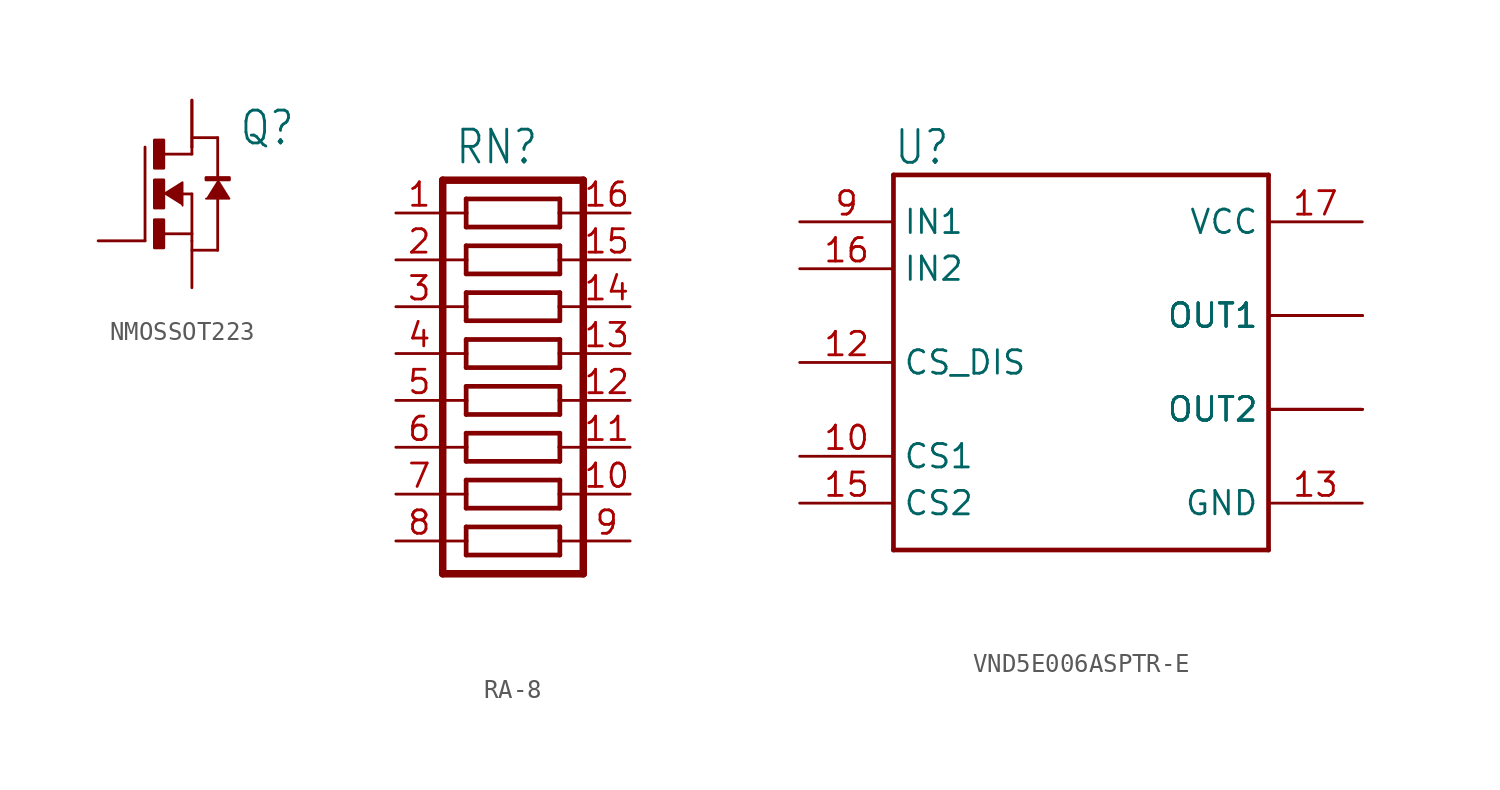
<source format=kicad_sym>
(kicad_symbol_lib
  (version 20220914)
  (generator kicad_symbol_editor)
  (symbol "NMOSSOT223"
    (property "Reference" "Q"
      (at 2.54 2.54 0)
      (effects (font (size 1.778 1.511)) (justify left bottom)))
    (property "Value" ""
      (at 2.54 0 0)
      (effects (font (size 1.778 1.511)) (justify left bottom)))
    (property "ki_locked" ""
      (at 0 0 0)
      (effects (font (size 1.27 1.27))))
    (symbol "NMOSSOT223_1_0"
      (rectangle (start -2.032 -2.921) (end -1.524 -1.397) (stroke (width 0) (type default)) (fill (type outline)))
      (rectangle (start -2.032 -0.762) (end -1.524 0.762) (stroke (width 0) (type default)) (fill (type outline)))
      (rectangle (start -2.032 1.397) (end -1.524 2.921) (stroke (width 0) (type default)) (fill (type outline)))
      (polyline (pts (xy -2.54 -2.54) (xy -2.54 2.54)) (stroke (width 0.152) (type solid)) (fill (type none)))
      (polyline (pts (xy -1.524 -2.159) (xy 0 -2.159)) (stroke (width 0.152) (type solid)) (fill (type none)))
      (polyline (pts (xy -1.524 2.159) (xy 0 2.159)) (stroke (width 0.152) (type solid)) (fill (type none)))
      (polyline (pts (xy -0.508 0) (xy 0 0)) (stroke (width 0.152) (type solid)) (fill (type none)))
      (polyline (pts (xy 0 -2.159) (xy 0 -2.54)) (stroke (width 0.152) (type solid)) (fill (type none)))
      (polyline (pts (xy 0 0) (xy 0 -2.159)) (stroke (width 0.152) (type solid)) (fill (type none)))
      (polyline (pts (xy 0 2.159) (xy 0 2.54)) (stroke (width 0.152) (type solid)) (fill (type none)))
      (polyline (pts (xy 0 3.048) (xy 1.397 3.048)) (stroke (width 0.152) (type solid)) (fill (type none)))
      (polyline (pts (xy 1.397 -3.048) (xy 0 -3.048)) (stroke (width 0.152) (type solid)) (fill (type none)))
      (polyline (pts (xy 1.397 -0.254) (xy 1.397 -3.048)) (stroke (width 0.152) (type solid)) (fill (type none)))
      (polyline (pts (xy 1.397 3.048) (xy 1.397 0.762)) (stroke (width 0.152) (type solid)) (fill (type none)))
      (polyline (pts (xy -1.524 0) (xy -0.508 0.635) (xy -0.508 -0.635)) (stroke (width 0.102) (type solid)) (fill (type outline)))
      (polyline (pts (xy 1.397 0.762) (xy 2.032 -0.254) (xy 0.762 -0.254)) (stroke (width 0.102) (type solid)) (fill (type outline)))
      (rectangle (start 0.762 0.762) (end 2.032 0.889) (stroke (width 0) (type default)) (fill (type outline)))
      (pin passive line (at -5.08 -2.54 0) (length 2.54) (name "G" (effects (font (size 0 0)))) (number "1" (effects (font (size 0 0)))))
      (pin passive line (at 0 5.08 270) (length 2.54) (name "D" (effects (font (size 0 0)))) (number "2" (effects (font (size 0 0)))))
      (pin passive line (at 0 -5.08 90) (length 2.54) (name "S" (effects (font (size 0 0)))) (number "3" (effects (font (size 0 0)))))
      (pin passive line (at 0 5.08 270) (length 2.54) (name "D" (effects (font (size 0 0)))) (number "4" (effects (font (size 0 0)))))))
  (symbol "RA-8"
    (property "Reference" "RN"
      (at -4.445 10.16 0)
      (effects (font (size 1.778 1.511)) (justify left bottom)))
    (property "Value" ""
      (at -5.08 -14.478 0)
      (effects (font (size 1.778 1.511)) (justify left bottom)))
    (property "ki_locked" ""
      (at 0 0 0)
      (effects (font (size 1.27 1.27))))
    (symbol "RA-8_1_0"
      (polyline (pts (xy -5.08 -10.16) (xy -3.81 -10.16)) (stroke (width 0.152) (type solid)) (fill (type none)))
      (polyline (pts (xy -5.08 -7.62) (xy -3.81 -7.62)) (stroke (width 0.152) (type solid)) (fill (type none)))
      (polyline (pts (xy -5.08 -5.08) (xy -3.81 -5.08)) (stroke (width 0.152) (type solid)) (fill (type none)))
      (polyline (pts (xy -5.08 -2.54) (xy -3.81 -2.54)) (stroke (width 0.152) (type solid)) (fill (type none)))
      (polyline (pts (xy -5.08 0) (xy -3.81 0)) (stroke (width 0.152) (type solid)) (fill (type none)))
      (polyline (pts (xy -5.08 2.54) (xy -3.81 2.54)) (stroke (width 0.152) (type solid)) (fill (type none)))
      (polyline (pts (xy -5.08 5.08) (xy -3.81 5.08)) (stroke (width 0.152) (type solid)) (fill (type none)))
      (polyline (pts (xy -5.08 9.398) (xy -5.08 -11.938)) (stroke (width 0.406) (type solid)) (fill (type none)))
      (polyline (pts (xy -3.81 -10.922) (xy 1.27 -10.922)) (stroke (width 0.254) (type solid)) (fill (type none)))
      (polyline (pts (xy -3.81 -10.16) (xy -3.81 -10.922)) (stroke (width 0.254) (type solid)) (fill (type none)))
      (polyline (pts (xy -3.81 -9.398) (xy -3.81 -10.16)) (stroke (width 0.254) (type solid)) (fill (type none)))
      (polyline (pts (xy -3.81 -8.382) (xy 1.27 -8.382)) (stroke (width 0.254) (type solid)) (fill (type none)))
      (polyline (pts (xy -3.81 -7.62) (xy -3.81 -8.382)) (stroke (width 0.254) (type solid)) (fill (type none)))
      (polyline (pts (xy -3.81 -6.858) (xy -3.81 -7.62)) (stroke (width 0.254) (type solid)) (fill (type none)))
      (polyline (pts (xy -3.81 -5.842) (xy 1.27 -5.842)) (stroke (width 0.254) (type solid)) (fill (type none)))
      (polyline (pts (xy -3.81 -5.08) (xy -3.81 -5.842)) (stroke (width 0.254) (type solid)) (fill (type none)))
      (polyline (pts (xy -3.81 -4.318) (xy -3.81 -5.08)) (stroke (width 0.254) (type solid)) (fill (type none)))
      (polyline (pts (xy -3.81 -3.302) (xy 1.27 -3.302)) (stroke (width 0.254) (type solid)) (fill (type none)))
      (polyline (pts (xy -3.81 -2.54) (xy -3.81 -3.302)) (stroke (width 0.254) (type solid)) (fill (type none)))
      (polyline (pts (xy -3.81 -1.778) (xy -3.81 -2.54)) (stroke (width 0.254) (type solid)) (fill (type none)))
      (polyline (pts (xy -3.81 -0.762) (xy 1.27 -0.762)) (stroke (width 0.254) (type solid)) (fill (type none)))
      (polyline (pts (xy -3.81 0) (xy -3.81 -0.762)) (stroke (width 0.254) (type solid)) (fill (type none)))
      (polyline (pts (xy -3.81 0.762) (xy -3.81 0)) (stroke (width 0.254) (type solid)) (fill (type none)))
      (polyline (pts (xy -3.81 1.778) (xy 1.27 1.778)) (stroke (width 0.254) (type solid)) (fill (type none)))
      (polyline (pts (xy -3.81 2.54) (xy -3.81 1.778)) (stroke (width 0.254) (type solid)) (fill (type none)))
      (polyline (pts (xy -3.81 3.302) (xy -3.81 2.54)) (stroke (width 0.254) (type solid)) (fill (type none)))
      (polyline (pts (xy -3.81 4.318) (xy 1.27 4.318)) (stroke (width 0.254) (type solid)) (fill (type none)))
      (polyline (pts (xy -3.81 5.08) (xy -3.81 4.318)) (stroke (width 0.254) (type solid)) (fill (type none)))
      (polyline (pts (xy -3.81 5.842) (xy -3.81 5.08)) (stroke (width 0.254) (type solid)) (fill (type none)))
      (polyline (pts (xy -3.81 6.858) (xy 1.27 6.858)) (stroke (width 0.254) (type solid)) (fill (type none)))
      (polyline (pts (xy -3.81 7.62) (xy -5.08 7.62)) (stroke (width 0.152) (type solid)) (fill (type none)))
      (polyline (pts (xy -3.81 7.62) (xy -3.81 6.858)) (stroke (width 0.254) (type solid)) (fill (type none)))
      (polyline (pts (xy -3.81 8.382) (xy -3.81 7.62)) (stroke (width 0.254) (type solid)) (fill (type none)))
      (polyline (pts (xy 1.27 -10.922) (xy 1.27 -10.16)) (stroke (width 0.254) (type solid)) (fill (type none)))
      (polyline (pts (xy 1.27 -10.16) (xy 1.27 -9.398)) (stroke (width 0.254) (type solid)) (fill (type none)))
      (polyline (pts (xy 1.27 -9.398) (xy -3.81 -9.398)) (stroke (width 0.254) (type solid)) (fill (type none)))
      (polyline (pts (xy 1.27 -8.382) (xy 1.27 -7.62)) (stroke (width 0.254) (type solid)) (fill (type none)))
      (polyline (pts (xy 1.27 -7.62) (xy 1.27 -6.858)) (stroke (width 0.254) (type solid)) (fill (type none)))
      (polyline (pts (xy 1.27 -6.858) (xy -3.81 -6.858)) (stroke (width 0.254) (type solid)) (fill (type none)))
      (polyline (pts (xy 1.27 -5.842) (xy 1.27 -5.08)) (stroke (width 0.254) (type solid)) (fill (type none)))
      (polyline (pts (xy 1.27 -5.08) (xy 1.27 -4.318)) (stroke (width 0.254) (type solid)) (fill (type none)))
      (polyline (pts (xy 1.27 -4.318) (xy -3.81 -4.318)) (stroke (width 0.254) (type solid)) (fill (type none)))
      (polyline (pts (xy 1.27 -3.302) (xy 1.27 -2.54)) (stroke (width 0.254) (type solid)) (fill (type none)))
      (polyline (pts (xy 1.27 -2.54) (xy 1.27 -1.778)) (stroke (width 0.254) (type solid)) (fill (type none)))
      (polyline (pts (xy 1.27 -1.778) (xy -3.81 -1.778)) (stroke (width 0.254) (type solid)) (fill (type none)))
      (polyline (pts (xy 1.27 -0.762) (xy 1.27 0)) (stroke (width 0.254) (type solid)) (fill (type none)))
      (polyline (pts (xy 1.27 0) (xy 1.27 0.762)) (stroke (width 0.254) (type solid)) (fill (type none)))
      (polyline (pts (xy 1.27 0.762) (xy -3.81 0.762)) (stroke (width 0.254) (type solid)) (fill (type none)))
      (polyline (pts (xy 1.27 1.778) (xy 1.27 2.54)) (stroke (width 0.254) (type solid)) (fill (type none)))
      (polyline (pts (xy 1.27 2.54) (xy 1.27 3.302)) (stroke (width 0.254) (type solid)) (fill (type none)))
      (polyline (pts (xy 1.27 3.302) (xy -3.81 3.302)) (stroke (width 0.254) (type solid)) (fill (type none)))
      (polyline (pts (xy 1.27 4.318) (xy 1.27 5.08)) (stroke (width 0.254) (type solid)) (fill (type none)))
      (polyline (pts (xy 1.27 5.08) (xy 1.27 5.842)) (stroke (width 0.254) (type solid)) (fill (type none)))
      (polyline (pts (xy 1.27 5.842) (xy -3.81 5.842)) (stroke (width 0.254) (type solid)) (fill (type none)))
      (polyline (pts (xy 1.27 6.858) (xy 1.27 7.62)) (stroke (width 0.254) (type solid)) (fill (type none)))
      (polyline (pts (xy 1.27 7.62) (xy 1.27 8.382)) (stroke (width 0.254) (type solid)) (fill (type none)))
      (polyline (pts (xy 1.27 7.62) (xy 2.54 7.62)) (stroke (width 0.152) (type solid)) (fill (type none)))
      (polyline (pts (xy 1.27 8.382) (xy -3.81 8.382)) (stroke (width 0.254) (type solid)) (fill (type none)))
      (polyline (pts (xy 2.54 -11.938) (xy -5.08 -11.938)) (stroke (width 0.406) (type solid)) (fill (type none)))
      (polyline (pts (xy 2.54 -10.16) (xy 1.27 -10.16)) (stroke (width 0.152) (type solid)) (fill (type none)))
      (polyline (pts (xy 2.54 -7.62) (xy 1.27 -7.62)) (stroke (width 0.152) (type solid)) (fill (type none)))
      (polyline (pts (xy 2.54 -5.08) (xy 1.27 -5.08)) (stroke (width 0.152) (type solid)) (fill (type none)))
      (polyline (pts (xy 2.54 -2.54) (xy 1.27 -2.54)) (stroke (width 0.152) (type solid)) (fill (type none)))
      (polyline (pts (xy 2.54 0) (xy 1.27 0)) (stroke (width 0.152) (type solid)) (fill (type none)))
      (polyline (pts (xy 2.54 2.54) (xy 1.27 2.54)) (stroke (width 0.152) (type solid)) (fill (type none)))
      (polyline (pts (xy 2.54 5.08) (xy 1.27 5.08)) (stroke (width 0.152) (type solid)) (fill (type none)))
      (polyline (pts (xy 2.54 9.398) (xy -5.08 9.398)) (stroke (width 0.406) (type solid)) (fill (type none)))
      (polyline (pts (xy 2.54 9.398) (xy 2.54 -11.938)) (stroke (width 0.406) (type solid)) (fill (type none)))
      (pin passive line (at -7.62 7.62 0) (length 2.54) (name "1" (effects (font (size 0 0)))) (number "1" (effects (font (size 1.27 1.27)))))
      (pin passive line (at 5.08 -7.62 180) (length 2.54) (name "10" (effects (font (size 0 0)))) (number "10" (effects (font (size 1.27 1.27)))))
      (pin passive line (at 5.08 -5.08 180) (length 2.54) (name "11" (effects (font (size 0 0)))) (number "11" (effects (font (size 1.27 1.27)))))
      (pin passive line (at 5.08 -2.54 180) (length 2.54) (name "12" (effects (font (size 0 0)))) (number "12" (effects (font (size 1.27 1.27)))))
      (pin passive line (at 5.08 0 180) (length 2.54) (name "13" (effects (font (size 0 0)))) (number "13" (effects (font (size 1.27 1.27)))))
      (pin passive line (at 5.08 2.54 180) (length 2.54) (name "14" (effects (font (size 0 0)))) (number "14" (effects (font (size 1.27 1.27)))))
      (pin passive line (at 5.08 5.08 180) (length 2.54) (name "15" (effects (font (size 0 0)))) (number "15" (effects (font (size 1.27 1.27)))))
      (pin passive line (at 5.08 7.62 180) (length 2.54) (name "16" (effects (font (size 0 0)))) (number "16" (effects (font (size 1.27 1.27)))))
      (pin passive line (at -7.62 5.08 0) (length 2.54) (name "2" (effects (font (size 0 0)))) (number "2" (effects (font (size 1.27 1.27)))))
      (pin passive line (at -7.62 2.54 0) (length 2.54) (name "3" (effects (font (size 0 0)))) (number "3" (effects (font (size 1.27 1.27)))))
      (pin passive line (at -7.62 0 0) (length 2.54) (name "4" (effects (font (size 0 0)))) (number "4" (effects (font (size 1.27 1.27)))))
      (pin passive line (at -7.62 -2.54 0) (length 2.54) (name "5" (effects (font (size 0 0)))) (number "5" (effects (font (size 1.27 1.27)))))
      (pin passive line (at -7.62 -5.08 0) (length 2.54) (name "6" (effects (font (size 0 0)))) (number "6" (effects (font (size 1.27 1.27)))))
      (pin passive line (at -7.62 -7.62 0) (length 2.54) (name "7" (effects (font (size 0 0)))) (number "7" (effects (font (size 1.27 1.27)))))
      (pin passive line (at -7.62 -10.16 0) (length 2.54) (name "8" (effects (font (size 0 0)))) (number "8" (effects (font (size 1.27 1.27)))))
      (pin passive line (at 5.08 -10.16 180) (length 2.54) (name "9" (effects (font (size 0 0)))) (number "9" (effects (font (size 1.27 1.27)))))))
  (symbol "VND5E006ASPTR-E"
    (property "Reference" "U"
      (at -10.16 12.7 0)
      (effects (font (size 1.778 1.511)) (justify left top)))
    (property "Value" ""
      (at -10.16 -12.7 0)
      (effects (font (size 1.778 1.511)) (justify left bottom)))
    (property "ki_locked" ""
      (at 0 0 0)
      (effects (font (size 1.27 1.27))))
    (symbol "VND5E006ASPTR-E_1_0"
      (polyline (pts (xy -10.16 -10.16) (xy -10.16 10.16)) (stroke (width 0.254) (type solid)) (fill (type none)))
      (polyline (pts (xy -10.16 10.16) (xy 10.16 10.16)) (stroke (width 0.254) (type solid)) (fill (type none)))
      (polyline (pts (xy 10.16 -10.16) (xy -10.16 -10.16)) (stroke (width 0.254) (type solid)) (fill (type none)))
      (polyline (pts (xy 10.16 10.16) (xy 10.16 -10.16)) (stroke (width 0.254) (type solid)) (fill (type none)))
      (pin bidirectional line (at 15.24 -2.54 180) (length 5.08) (name "OUT2" (effects (font (size 1.27 1.27)))) (number "1" (effects (font (size 0 0)))))
      (pin bidirectional line (at -15.24 -5.08 0) (length 5.08) (name "CS1" (effects (font (size 1.27 1.27)))) (number "10" (effects (font (size 1.27 1.27)))))
      (pin bidirectional line (at -15.24 0 0) (length 5.08) (name "CS_DIS" (effects (font (size 1.27 1.27)))) (number "12" (effects (font (size 1.27 1.27)))))
      (pin bidirectional line (at 15.24 -7.62 180) (length 5.08) (name "GND" (effects (font (size 1.27 1.27)))) (number "13" (effects (font (size 1.27 1.27)))))
      (pin bidirectional line (at -15.24 -7.62 0) (length 5.08) (name "CS2" (effects (font (size 1.27 1.27)))) (number "15" (effects (font (size 1.27 1.27)))))
      (pin bidirectional line (at -15.24 5.08 0) (length 5.08) (name "IN2" (effects (font (size 1.27 1.27)))) (number "16" (effects (font (size 1.27 1.27)))))
      (pin bidirectional line (at 15.24 7.62 180) (length 5.08) (name "VCC" (effects (font (size 1.27 1.27)))) (number "17" (effects (font (size 1.27 1.27)))))
      (pin bidirectional line (at 15.24 -2.54 180) (length 5.08) (name "OUT2" (effects (font (size 1.27 1.27)))) (number "2" (effects (font (size 0 0)))))
      (pin bidirectional line (at 15.24 -2.54 180) (length 5.08) (name "OUT2" (effects (font (size 1.27 1.27)))) (number "3" (effects (font (size 0 0)))))
      (pin bidirectional line (at 15.24 -2.54 180) (length 5.08) (name "OUT2" (effects (font (size 1.27 1.27)))) (number "4" (effects (font (size 0 0)))))
      (pin bidirectional line (at 15.24 2.54 180) (length 5.08) (name "OUT1" (effects (font (size 1.27 1.27)))) (number "5" (effects (font (size 0 0)))))
      (pin bidirectional line (at 15.24 2.54 180) (length 5.08) (name "OUT1" (effects (font (size 1.27 1.27)))) (number "6" (effects (font (size 0 0)))))
      (pin bidirectional line (at 15.24 2.54 180) (length 5.08) (name "OUT1" (effects (font (size 1.27 1.27)))) (number "7" (effects (font (size 0 0)))))
      (pin bidirectional line (at 15.24 2.54 180) (length 5.08) (name "OUT1" (effects (font (size 1.27 1.27)))) (number "8" (effects (font (size 0 0)))))
      (pin bidirectional line (at -15.24 7.62 0) (length 5.08) (name "IN1" (effects (font (size 1.27 1.27)))) (number "9" (effects (font (size 1.27 1.27))))))))
</source>
